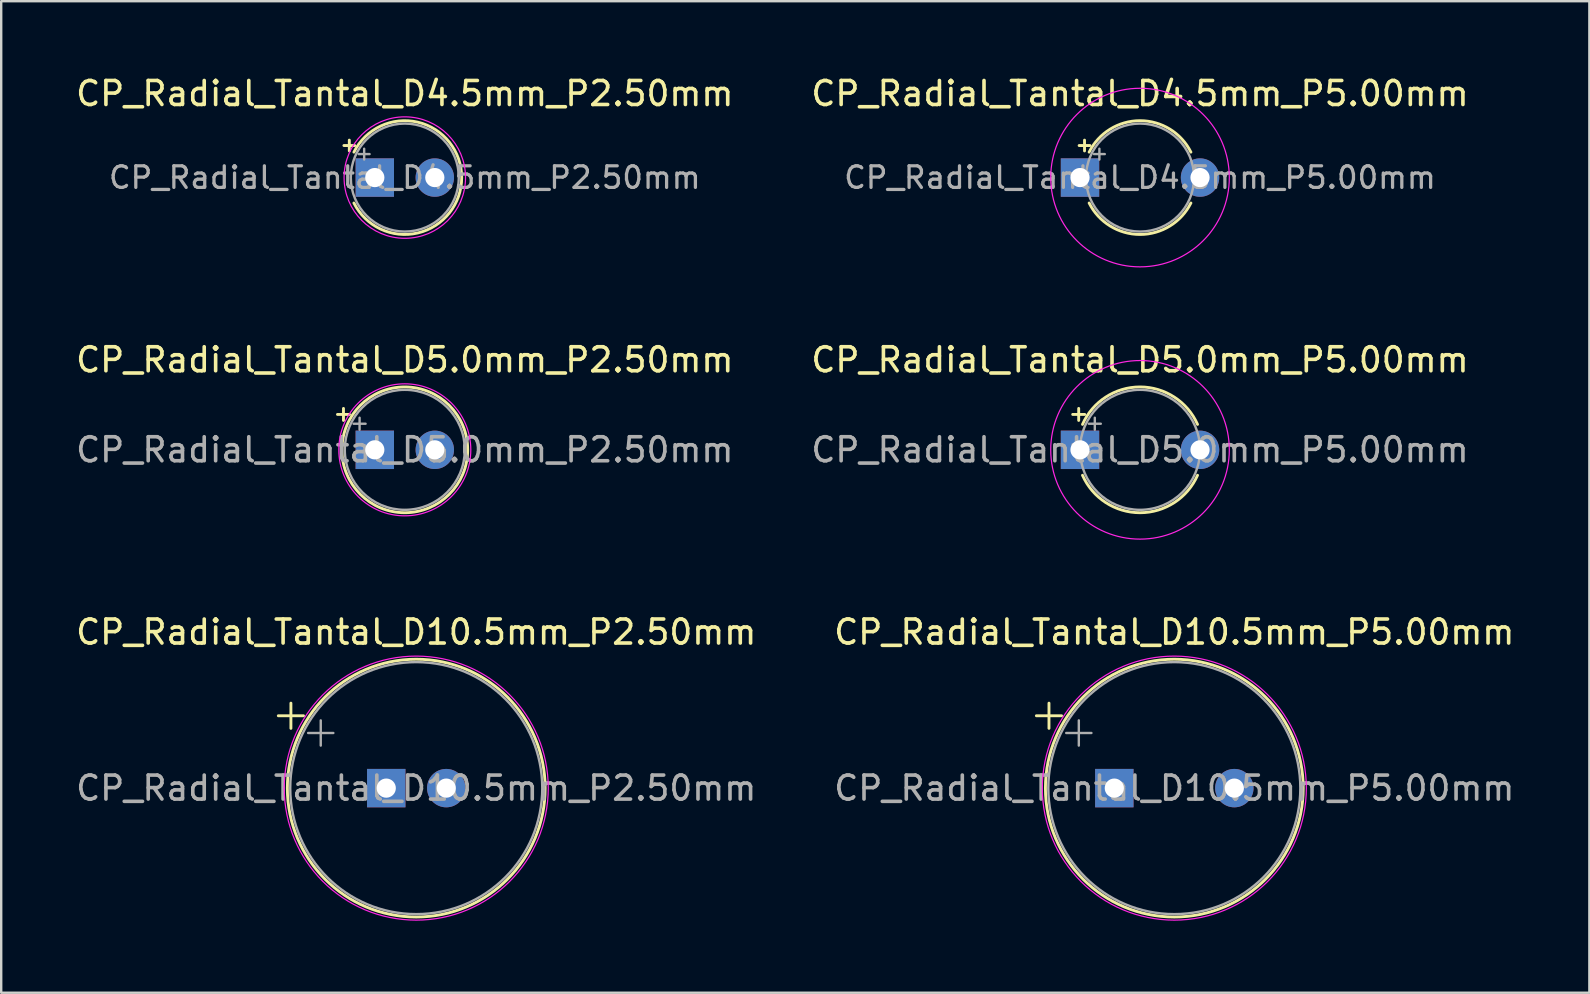
<source format=kicad_pcb>
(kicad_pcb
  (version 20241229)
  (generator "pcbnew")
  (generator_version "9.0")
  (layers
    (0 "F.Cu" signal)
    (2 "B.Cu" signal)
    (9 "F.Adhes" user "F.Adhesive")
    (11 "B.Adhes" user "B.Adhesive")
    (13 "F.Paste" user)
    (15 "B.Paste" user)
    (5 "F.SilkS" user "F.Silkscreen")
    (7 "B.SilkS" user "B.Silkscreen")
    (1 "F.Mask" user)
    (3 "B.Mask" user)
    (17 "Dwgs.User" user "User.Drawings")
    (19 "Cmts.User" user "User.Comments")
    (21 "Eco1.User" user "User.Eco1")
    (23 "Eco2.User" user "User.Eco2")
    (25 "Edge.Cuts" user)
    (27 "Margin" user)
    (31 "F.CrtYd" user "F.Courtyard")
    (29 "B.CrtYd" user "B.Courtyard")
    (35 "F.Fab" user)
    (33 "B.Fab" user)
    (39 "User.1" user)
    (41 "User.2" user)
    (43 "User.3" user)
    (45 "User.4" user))
  (footprint "CP_Radial_Tantal_D4.5mm_P2.50mm"
    (layer "F.Cu")
    (at 12.565 4.348)
    (property "Reference" "CP_Radial_Tantal_D4.5mm_P2.50mm" (at 1.25 -3.5 0) (layer "F.SilkS") (effects (font (size 1 1) (thickness 0.15))))
    (attr through_hole)
    (fp_line (start -1.287 -1.335) (end -0.837 -1.335) (stroke (width 0.12) (type solid)) (layer "F.SilkS"))
    (fp_line (start -1.062 -1.56) (end -1.062 -1.11) (stroke (width 0.12) (type solid)) (layer "F.SilkS"))
    (fp_arc (start -0.869741 -1.06) (mid 3.62 0) (end -0.869741 1.06) (stroke (width 0.12) (type solid)) (layer "F.SilkS"))
    (fp_circle (center 1.25 0) (end 3.78 0) (stroke (width 0.05) (type solid)) (fill no) (layer "F.CrtYd"))
    (fp_line (start -0.668 -0.978) (end -0.218 -0.978) (stroke (width 0.1) (type solid)) (layer "F.Fab"))
    (fp_line (start -0.443 -1.202) (end -0.443 -0.752) (stroke (width 0.1) (type solid)) (layer "F.Fab"))
    (fp_circle (center 1.25 0) (end 3.5 0) (stroke (width 0.1) (type solid)) (fill no) (layer "F.Fab"))
    (fp_text user "${REFERENCE}" (at 1.25 0 0) (layer "F.Fab") (effects (font (size 0.9 0.9) (thickness 0.135))))
    (pad "1" thru_hole rect (at 0 0) (size 1.6 1.6) (drill 0.8) (layers "*.Cu" "*.Mask"))
    (pad "2" thru_hole circle (at 2.5 0) (size 1.6 1.6) (drill 0.8) (layers "*.Cu" "*.Mask")))
  (footprint "CP_Radial_Tantal_D5.0mm_P5.00mm"
    (layer "F.Cu")
    (at 41.946 15.691)
    (property "Reference" "CP_Radial_Tantal_D5.0mm_P5.00mm" (at 2.5 -3.75 0) (layer "F.SilkS") (effects (font (size 1 1) (thickness 0.15))))
    (attr through_hole)
    (fp_line (start -0.305 -1.475) (end 0.195 -1.475) (stroke (width 0.12) (type solid)) (layer "F.SilkS"))
    (fp_line (start -0.055 -1.725) (end -0.055 -1.225) (stroke (width 0.12) (type solid)) (layer "F.SilkS"))
    (fp_arc (start 0.104003 -1.06) (mid 2.5 -2.62) (end 4.895997 -1.06) (stroke (width 0.12) (type solid)) (layer "F.SilkS"))
    (fp_arc (start 4.895997 1.06) (mid 2.5 2.62) (end 0.104003 1.06) (stroke (width 0.12) (type solid)) (layer "F.SilkS"))
    (fp_circle (center 2.5 0) (end 6.22 0) (stroke (width 0.05) (type solid)) (fill no) (layer "F.CrtYd"))
    (fp_line (start 0.366 -1.087) (end 0.866 -1.087) (stroke (width 0.1) (type solid)) (layer "F.Fab"))
    (fp_line (start 0.616 -1.337) (end 0.616 -0.838) (stroke (width 0.1) (type solid)) (layer "F.Fab"))
    (fp_circle (center 2.5 0) (end 5 0) (stroke (width 0.1) (type solid)) (fill no) (layer "F.Fab"))
    (fp_text user "${REFERENCE}" (at 2.5 0 0) (layer "F.Fab") (effects (font (size 1 1) (thickness 0.15))))
    (pad "1" thru_hole rect (at 0 0) (size 1.6 1.6) (drill 0.8) (layers "*.Cu" "*.Mask"))
    (pad "2" thru_hole circle (at 5 0) (size 1.6 1.6) (drill 0.8) (layers "*.Cu" "*.Mask")))
  (footprint "CP_Radial_Tantal_D10.5mm_P5.00mm"
    (layer "F.Cu")
    (at 43.375 29.785)
    (property "Reference" "CP_Radial_Tantal_D10.5mm_P5.00mm" (at 2.5 -6.5 0) (layer "F.SilkS") (effects (font (size 1 1) (thickness 0.15))))
    (attr through_hole)
    (fp_line (start -3.247 -3.015) (end -2.197 -3.015) (stroke (width 0.12) (type solid)) (layer "F.SilkS"))
    (fp_line (start -2.722 -3.54) (end -2.722 -2.49) (stroke (width 0.12) (type solid)) (layer "F.SilkS"))
    (fp_circle (center 2.5 0) (end 7.87 0) (stroke (width 0.12) (type solid)) (fill no) (layer "F.SilkS"))
    (fp_circle (center 2.5 0) (end 8 0) (stroke (width 0.05) (type solid)) (fill no) (layer "F.CrtYd"))
    (fp_line (start -2.004 -2.297) (end -0.954 -2.297) (stroke (width 0.1) (type solid)) (layer "F.Fab"))
    (fp_line (start -1.479 -2.822) (end -1.479 -1.772) (stroke (width 0.1) (type solid)) (layer "F.Fab"))
    (fp_circle (center 2.5 0) (end 7.75 0) (stroke (width 0.1) (type solid)) (fill no) (layer "F.Fab"))
    (fp_text user "${REFERENCE}" (at 2.5 0 0) (layer "F.Fab") (effects (font (size 1 1) (thickness 0.15))))
    (pad "1" thru_hole rect (at 0 0) (size 1.6 1.6) (drill 0.8) (layers "*.Cu" "*.Mask"))
    (pad "2" thru_hole circle (at 5 0) (size 1.6 1.6) (drill 0.8) (layers "*.Cu" "*.Mask")))
  (footprint "CP_Radial_Tantal_D10.5mm_P2.50mm"
    (layer "F.Cu")
    (at 13.042 29.785)
    (property "Reference" "CP_Radial_Tantal_D10.5mm_P2.50mm" (at 1.25 -6.5 0) (layer "F.SilkS") (effects (font (size 1 1) (thickness 0.15))))
    (attr through_hole)
    (fp_line (start -4.497 -3.015) (end -3.447 -3.015) (stroke (width 0.12) (type solid)) (layer "F.SilkS"))
    (fp_line (start -3.972 -3.54) (end -3.972 -2.49) (stroke (width 0.12) (type solid)) (layer "F.SilkS"))
    (fp_circle (center 1.25 0) (end 6.62 0) (stroke (width 0.12) (type solid)) (fill no) (layer "F.SilkS"))
    (fp_circle (center 1.25 0) (end 6.75 0) (stroke (width 0.05) (type solid)) (fill no) (layer "F.CrtYd"))
    (fp_line (start -3.254 -2.297) (end -2.204 -2.297) (stroke (width 0.1) (type solid)) (layer "F.Fab"))
    (fp_line (start -2.729 -2.822) (end -2.729 -1.772) (stroke (width 0.1) (type solid)) (layer "F.Fab"))
    (fp_circle (center 1.25 0) (end 6.5 0) (stroke (width 0.1) (type solid)) (fill no) (layer "F.Fab"))
    (fp_text user "${REFERENCE}" (at 1.25 0 0) (layer "F.Fab") (effects (font (size 1 1) (thickness 0.15))))
    (pad "1" thru_hole rect (at 0 0) (size 1.6 1.6) (drill 0.8) (layers "*.Cu" "*.Mask"))
    (pad "2" thru_hole circle (at 2.5 0) (size 1.6 1.6) (drill 0.8) (layers "*.Cu" "*.Mask")))
  (footprint "CP_Radial_Tantal_D4.5mm_P5.00mm"
    (layer "F.Cu")
    (at 41.946 4.348)
    (property "Reference" "CP_Radial_Tantal_D4.5mm_P5.00mm" (at 2.5 -3.5 0) (layer "F.SilkS") (effects (font (size 1 1) (thickness 0.15))))
    (attr through_hole)
    (fp_line (start -0.037 -1.335) (end 0.413 -1.335) (stroke (width 0.12) (type solid)) (layer "F.SilkS"))
    (fp_line (start 0.188 -1.56) (end 0.188 -1.11) (stroke (width 0.12) (type solid)) (layer "F.SilkS"))
    (fp_arc (start 0.380259 -1.06) (mid 2.5 -2.37) (end 4.619741 -1.06) (stroke (width 0.12) (type solid)) (layer "F.SilkS"))
    (fp_arc (start 4.619741 1.06) (mid 2.5 2.37) (end 0.380259 1.06) (stroke (width 0.12) (type solid)) (layer "F.SilkS"))
    (fp_circle (center 2.5 0) (end 6.22 0) (stroke (width 0.05) (type solid)) (fill no) (layer "F.CrtYd"))
    (fp_line (start 0.582 -0.978) (end 1.032 -0.978) (stroke (width 0.1) (type solid)) (layer "F.Fab"))
    (fp_line (start 0.807 -1.202) (end 0.807 -0.752) (stroke (width 0.1) (type solid)) (layer "F.Fab"))
    (fp_circle (center 2.5 0) (end 4.75 0) (stroke (width 0.1) (type solid)) (fill no) (layer "F.Fab"))
    (fp_text user "${REFERENCE}" (at 2.5 0 0) (layer "F.Fab") (effects (font (size 0.9 0.9) (thickness 0.135))))
    (pad "1" thru_hole rect (at 0 0) (size 1.6 1.6) (drill 0.8) (layers "*.Cu" "*.Mask"))
    (pad "2" thru_hole circle (at 5 0) (size 1.6 1.6) (drill 0.8) (layers "*.Cu" "*.Mask")))
  (footprint "CP_Radial_Tantal_D5.0mm_P2.50mm"
    (layer "F.Cu")
    (at 12.565 15.691)
    (property "Reference" "CP_Radial_Tantal_D5.0mm_P2.50mm" (at 1.25 -3.75 0) (layer "F.SilkS") (effects (font (size 1 1) (thickness 0.15))))
    (attr through_hole)
    (fp_line (start -1.555 -1.475) (end -1.055 -1.475) (stroke (width 0.12) (type solid)) (layer "F.SilkS"))
    (fp_line (start -1.305 -1.725) (end -1.305 -1.225) (stroke (width 0.12) (type solid)) (layer "F.SilkS"))
    (fp_circle (center 1.25 0) (end 3.87 0) (stroke (width 0.12) (type solid)) (fill no) (layer "F.SilkS"))
    (fp_circle (center 1.25 0) (end 4 0) (stroke (width 0.05) (type solid)) (fill no) (layer "F.CrtYd"))
    (fp_line (start -0.884 -1.087) (end -0.384 -1.087) (stroke (width 0.1) (type solid)) (layer "F.Fab"))
    (fp_line (start -0.634 -1.337) (end -0.634 -0.838) (stroke (width 0.1) (type solid)) (layer "F.Fab"))
    (fp_circle (center 1.25 0) (end 3.75 0) (stroke (width 0.1) (type solid)) (fill no) (layer "F.Fab"))
    (fp_text user "${REFERENCE}" (at 1.25 0 0) (layer "F.Fab") (effects (font (size 1 1) (thickness 0.15))))
    (pad "1" thru_hole rect (at 0 0) (size 1.6 1.6) (drill 0.8) (layers "*.Cu" "*.Mask"))
    (pad "2" thru_hole circle (at 2.5 0) (size 1.6 1.6) (drill 0.8) (layers "*.Cu" "*.Mask")))
  (gr_rect
    (start -3 -3)
    (end 63.167 38.31)
    (stroke (width 0.1) (type default))
    (fill no)
    (layer "Edge.Cuts")))
</source>
